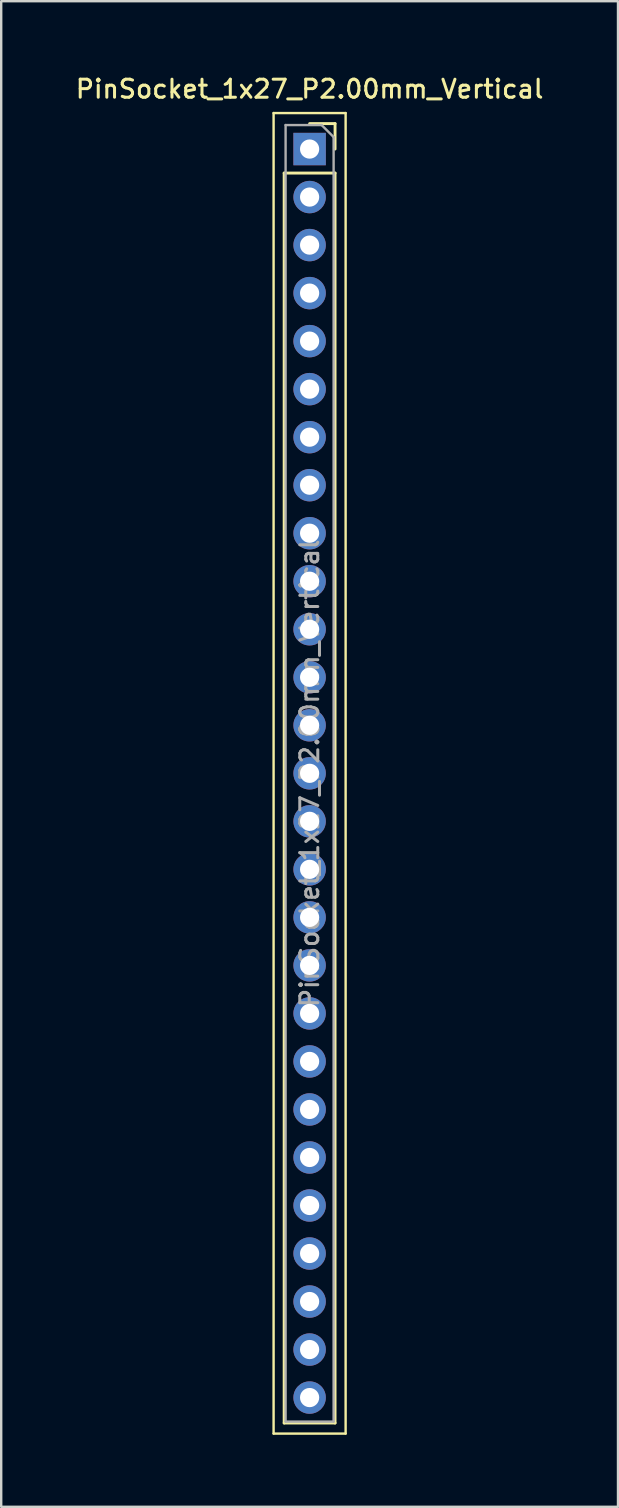
<source format=kicad_pcb>
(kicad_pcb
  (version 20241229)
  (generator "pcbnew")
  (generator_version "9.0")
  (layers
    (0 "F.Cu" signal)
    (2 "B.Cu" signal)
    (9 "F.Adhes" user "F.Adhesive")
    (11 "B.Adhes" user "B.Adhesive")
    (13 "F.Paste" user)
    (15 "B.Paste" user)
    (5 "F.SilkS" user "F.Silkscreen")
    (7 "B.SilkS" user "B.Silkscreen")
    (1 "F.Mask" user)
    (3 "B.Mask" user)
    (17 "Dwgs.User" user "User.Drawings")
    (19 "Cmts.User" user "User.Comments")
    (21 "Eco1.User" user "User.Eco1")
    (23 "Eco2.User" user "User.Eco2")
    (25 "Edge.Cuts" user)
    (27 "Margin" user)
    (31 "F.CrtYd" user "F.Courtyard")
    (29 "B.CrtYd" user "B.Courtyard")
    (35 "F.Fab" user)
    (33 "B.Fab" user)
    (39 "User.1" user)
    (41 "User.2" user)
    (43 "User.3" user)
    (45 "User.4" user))
  (footprint "PinSocket_1x27_P2.00mm_Vertical"
    (layer "F.Cu")
    (at 9.845 3.158)
    (property "Reference" "PinSocket_1x27_P2.00mm_Vertical" (at 0 -2.5 0) (layer "F.SilkS") (effects (font (size 0.75 0.75) (thickness 0.125))))
    (attr through_hole)
    (fp_line (start -1.5 -1.5) (end 1.5 -1.5) (stroke (width 0.1) (type solid)) (layer "F.SilkS"))
    (fp_line (start -1.5 53.5) (end -1.5 -1.5) (stroke (width 0.1) (type solid)) (layer "F.SilkS"))
    (fp_line (start -1.06 1) (end -1.06 53.06) (stroke (width 0.12) (type solid)) (layer "F.SilkS"))
    (fp_line (start -1.06 1) (end 1.06 1) (stroke (width 0.12) (type solid)) (layer "F.SilkS"))
    (fp_line (start -1.06 53.06) (end 1.06 53.06) (stroke (width 0.12) (type solid)) (layer "F.SilkS"))
    (fp_line (start 0 -1.06) (end 1.06 -1.06) (stroke (width 0.12) (type solid)) (layer "F.SilkS"))
    (fp_line (start 1.06 -1.06) (end 1.06 0) (stroke (width 0.12) (type solid)) (layer "F.SilkS"))
    (fp_line (start 1.06 1) (end 1.06 53.06) (stroke (width 0.12) (type solid)) (layer "F.SilkS"))
    (fp_line (start 1.5 -1.5) (end 1.5 53.5) (stroke (width 0.1) (type solid)) (layer "F.SilkS"))
    (fp_line (start 1.5 53.5) (end -1.5 53.5) (stroke (width 0.1) (type solid)) (layer "F.SilkS"))
    (fp_line (start -1 -1) (end 0.5 -1) (stroke (width 0.1) (type solid)) (layer "F.Fab"))
    (fp_line (start -1 53) (end -1 -1) (stroke (width 0.1) (type solid)) (layer "F.Fab"))
    (fp_line (start 0.5 -1) (end 1 -0.5) (stroke (width 0.1) (type solid)) (layer "F.Fab"))
    (fp_line (start 1 -0.5) (end 1 53) (stroke (width 0.1) (type solid)) (layer "F.Fab"))
    (fp_line (start 1 53) (end -1 53) (stroke (width 0.1) (type solid)) (layer "F.Fab"))
    (fp_text user "${REFERENCE}" (at 0 26 90) (layer "F.Fab") (effects (font (size 0.75 0.75) (thickness 0.125))))
    (pad "1" thru_hole rect (at 0 0) (size 1.35 1.35) (drill 0.8) (layers "*.Cu" "*.Mask"))
    (pad "2" thru_hole oval (at 0 2) (size 1.35 1.35) (drill 0.8) (layers "*.Cu" "*.Mask"))
    (pad "3" thru_hole oval (at 0 4) (size 1.35 1.35) (drill 0.8) (layers "*.Cu" "*.Mask"))
    (pad "4" thru_hole oval (at 0 6) (size 1.35 1.35) (drill 0.8) (layers "*.Cu" "*.Mask"))
    (pad "5" thru_hole oval (at 0 8) (size 1.35 1.35) (drill 0.8) (layers "*.Cu" "*.Mask"))
    (pad "6" thru_hole oval (at 0 10) (size 1.35 1.35) (drill 0.8) (layers "*.Cu" "*.Mask"))
    (pad "7" thru_hole oval (at 0 12) (size 1.35 1.35) (drill 0.8) (layers "*.Cu" "*.Mask"))
    (pad "8" thru_hole oval (at 0 14) (size 1.35 1.35) (drill 0.8) (layers "*.Cu" "*.Mask"))
    (pad "9" thru_hole oval (at 0 16) (size 1.35 1.35) (drill 0.8) (layers "*.Cu" "*.Mask"))
    (pad "10" thru_hole oval (at 0 18) (size 1.35 1.35) (drill 0.8) (layers "*.Cu" "*.Mask"))
    (pad "11" thru_hole oval (at 0 20) (size 1.35 1.35) (drill 0.8) (layers "*.Cu" "*.Mask"))
    (pad "12" thru_hole oval (at 0 22) (size 1.35 1.35) (drill 0.8) (layers "*.Cu" "*.Mask"))
    (pad "13" thru_hole oval (at 0 24) (size 1.35 1.35) (drill 0.8) (layers "*.Cu" "*.Mask"))
    (pad "14" thru_hole oval (at 0 26) (size 1.35 1.35) (drill 0.8) (layers "*.Cu" "*.Mask"))
    (pad "15" thru_hole oval (at 0 28) (size 1.35 1.35) (drill 0.8) (layers "*.Cu" "*.Mask"))
    (pad "16" thru_hole oval (at 0 30) (size 1.35 1.35) (drill 0.8) (layers "*.Cu" "*.Mask"))
    (pad "17" thru_hole oval (at 0 32) (size 1.35 1.35) (drill 0.8) (layers "*.Cu" "*.Mask"))
    (pad "18" thru_hole oval (at 0 34) (size 1.35 1.35) (drill 0.8) (layers "*.Cu" "*.Mask"))
    (pad "19" thru_hole oval (at 0 36) (size 1.35 1.35) (drill 0.8) (layers "*.Cu" "*.Mask"))
    (pad "20" thru_hole oval (at 0 38) (size 1.35 1.35) (drill 0.8) (layers "*.Cu" "*.Mask"))
    (pad "21" thru_hole oval (at 0 40) (size 1.35 1.35) (drill 0.8) (layers "*.Cu" "*.Mask"))
    (pad "22" thru_hole oval (at 0 42) (size 1.35 1.35) (drill 0.8) (layers "*.Cu" "*.Mask"))
    (pad "23" thru_hole oval (at 0 44) (size 1.35 1.35) (drill 0.8) (layers "*.Cu" "*.Mask"))
    (pad "24" thru_hole oval (at 0 46) (size 1.35 1.35) (drill 0.8) (layers "*.Cu" "*.Mask"))
    (pad "25" thru_hole oval (at 0 48) (size 1.35 1.35) (drill 0.8) (layers "*.Cu" "*.Mask"))
    (pad "26" thru_hole oval (at 0 50) (size 1.35 1.35) (drill 0.8) (layers "*.Cu" "*.Mask"))
    (pad "27" thru_hole oval (at 0 52) (size 1.35 1.35) (drill 0.8) (layers "*.Cu" "*.Mask")))
  (gr_rect
    (start -3 -3)
    (end 22.689 59.708)
    (stroke (width 0.1) (type default))
    (fill no)
    (layer "Edge.Cuts")))
</source>
